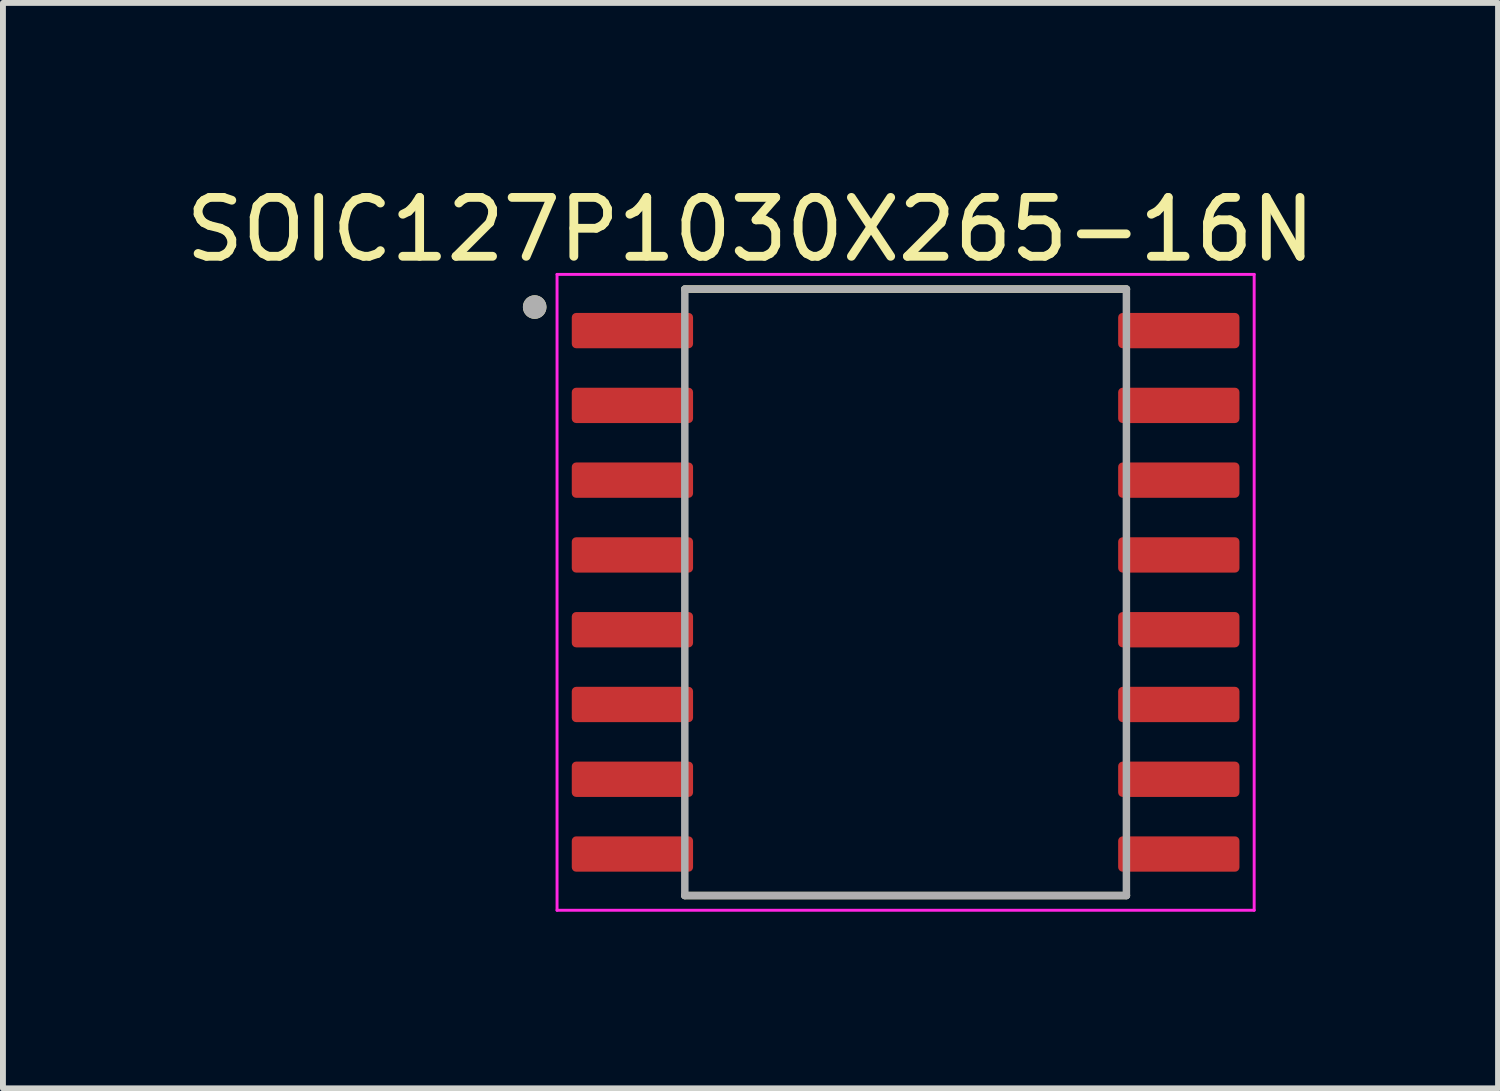
<source format=kicad_pcb>
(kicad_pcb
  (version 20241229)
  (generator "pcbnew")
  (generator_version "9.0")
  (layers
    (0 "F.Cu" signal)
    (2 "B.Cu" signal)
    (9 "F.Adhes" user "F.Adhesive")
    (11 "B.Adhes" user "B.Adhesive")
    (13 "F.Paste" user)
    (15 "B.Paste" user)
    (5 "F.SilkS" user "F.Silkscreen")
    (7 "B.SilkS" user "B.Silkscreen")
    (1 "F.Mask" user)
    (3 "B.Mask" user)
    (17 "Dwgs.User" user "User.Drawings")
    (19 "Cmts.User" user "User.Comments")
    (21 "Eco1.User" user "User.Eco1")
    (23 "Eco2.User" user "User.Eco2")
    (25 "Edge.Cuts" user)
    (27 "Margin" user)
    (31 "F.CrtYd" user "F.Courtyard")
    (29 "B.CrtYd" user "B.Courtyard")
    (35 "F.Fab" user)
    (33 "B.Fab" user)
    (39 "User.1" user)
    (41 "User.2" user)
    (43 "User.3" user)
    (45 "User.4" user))
  (footprint "SOIC127P1030X265-16N"
    (layer "F.Cu")
    (at 12.331 7.01)
    (property "Reference" "SOIC127P1030X265-16N" (at -2.635 -6.162 0) (layer "F.SilkS") (effects (font (size 1 1) (thickness 0.15))))
    (attr smd)
    (fp_line (start -3.75 -5.15) (end 3.75 -5.15) (stroke (width 0.127) (type solid)) (layer "F.SilkS"))
    (fp_line (start -3.75 5.15) (end 3.75 5.15) (stroke (width 0.127) (type solid)) (layer "F.SilkS"))
    (fp_circle (center -6.3 -4.845) (end -6.2 -4.845) (stroke (width 0.2) (type solid)) (fill no) (layer "F.SilkS"))
    (fp_line (start -5.92 -5.4) (end -5.92 5.4) (stroke (width 0.05) (type solid)) (layer "F.CrtYd"))
    (fp_line (start -5.92 -5.4) (end 5.92 -5.4) (stroke (width 0.05) (type solid)) (layer "F.CrtYd"))
    (fp_line (start -5.92 5.4) (end 5.92 5.4) (stroke (width 0.05) (type solid)) (layer "F.CrtYd"))
    (fp_line (start 5.92 -5.4) (end 5.92 5.4) (stroke (width 0.05) (type solid)) (layer "F.CrtYd"))
    (fp_line (start -3.75 -5.15) (end -3.75 5.15) (stroke (width 0.127) (type solid)) (layer "F.Fab"))
    (fp_line (start -3.75 -5.15) (end 3.75 -5.15) (stroke (width 0.127) (type solid)) (layer "F.Fab"))
    (fp_line (start -3.75 5.15) (end 3.75 5.15) (stroke (width 0.127) (type solid)) (layer "F.Fab"))
    (fp_line (start 3.75 -5.15) (end 3.75 5.15) (stroke (width 0.127) (type solid)) (layer "F.Fab"))
    (fp_circle (center -6.3 -4.845) (end -6.2 -4.845) (stroke (width 0.2) (type solid)) (fill no) (layer "F.Fab"))
    (pad "1" smd roundrect (at -4.64 -4.445) (size 2.06 0.6) (layers "F.Cu" "F.Mask" "F.Paste") (roundrect_rratio 0.125))
    (pad "2" smd roundrect (at -4.64 -3.175) (size 2.06 0.6) (layers "F.Cu" "F.Mask" "F.Paste") (roundrect_rratio 0.125))
    (pad "3" smd roundrect (at -4.64 -1.905) (size 2.06 0.6) (layers "F.Cu" "F.Mask" "F.Paste") (roundrect_rratio 0.125))
    (pad "4" smd roundrect (at -4.64 -0.635) (size 2.06 0.6) (layers "F.Cu" "F.Mask" "F.Paste") (roundrect_rratio 0.125))
    (pad "5" smd roundrect (at -4.64 0.635) (size 2.06 0.6) (layers "F.Cu" "F.Mask" "F.Paste") (roundrect_rratio 0.125))
    (pad "6" smd roundrect (at -4.64 1.905) (size 2.06 0.6) (layers "F.Cu" "F.Mask" "F.Paste") (roundrect_rratio 0.125))
    (pad "7" smd roundrect (at -4.64 3.175) (size 2.06 0.6) (layers "F.Cu" "F.Mask" "F.Paste") (roundrect_rratio 0.125))
    (pad "8" smd roundrect (at -4.64 4.445) (size 2.06 0.6) (layers "F.Cu" "F.Mask" "F.Paste") (roundrect_rratio 0.125))
    (pad "9" smd roundrect (at 4.64 4.445) (size 2.06 0.6) (layers "F.Cu" "F.Mask" "F.Paste") (roundrect_rratio 0.125))
    (pad "10" smd roundrect (at 4.64 3.175) (size 2.06 0.6) (layers "F.Cu" "F.Mask" "F.Paste") (roundrect_rratio 0.125))
    (pad "11" smd roundrect (at 4.64 1.905) (size 2.06 0.6) (layers "F.Cu" "F.Mask" "F.Paste") (roundrect_rratio 0.125))
    (pad "12" smd roundrect (at 4.64 0.635) (size 2.06 0.6) (layers "F.Cu" "F.Mask" "F.Paste") (roundrect_rratio 0.125))
    (pad "13" smd roundrect (at 4.64 -0.635) (size 2.06 0.6) (layers "F.Cu" "F.Mask" "F.Paste") (roundrect_rratio 0.125))
    (pad "14" smd roundrect (at 4.64 -1.905) (size 2.06 0.6) (layers "F.Cu" "F.Mask" "F.Paste") (roundrect_rratio 0.125))
    (pad "15" smd roundrect (at 4.64 -3.175) (size 2.06 0.6) (layers "F.Cu" "F.Mask" "F.Paste") (roundrect_rratio 0.125))
    (pad "16" smd roundrect (at 4.64 -4.445) (size 2.06 0.6) (layers "F.Cu" "F.Mask" "F.Paste") (roundrect_rratio 0.125)))
  (gr_rect
    (start -3 -3)
    (end 22.393 15.435)
    (stroke (width 0.1) (type default))
    (fill no)
    (layer "Edge.Cuts")))
</source>
